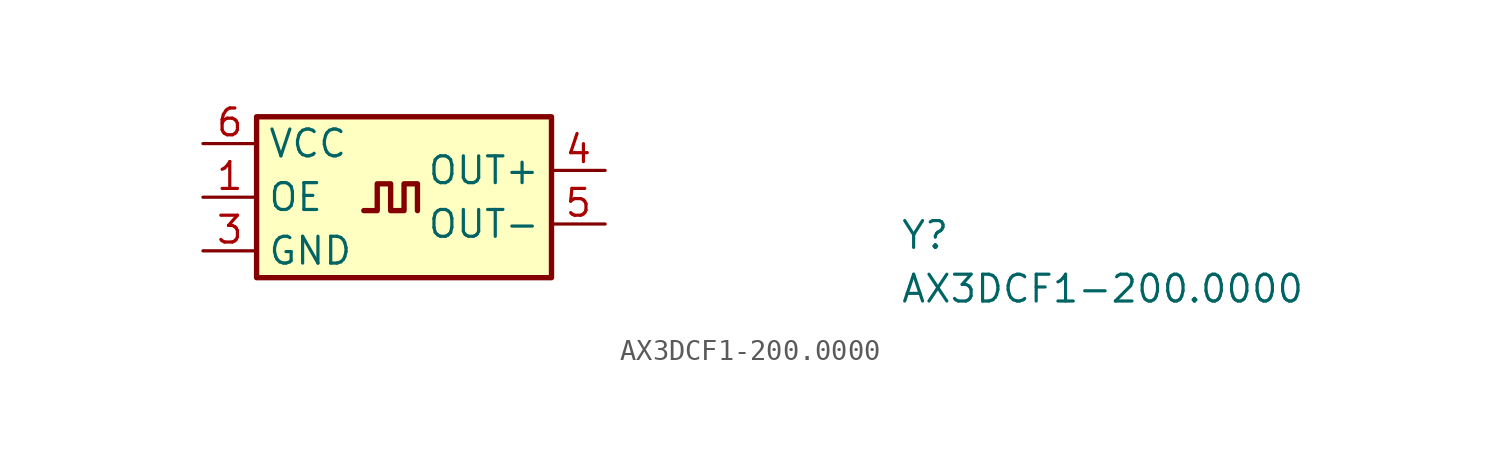
<source format=kicad_sym>
(kicad_symbol_lib
  (version 20211014)
  (generator kicad_symbol_editor)
  (symbol "AX3DCF1-200.0000"
    (property "Reference" "Y"
      (at 33.02 -5.08 0)
      (effects (font (size 1.27 1.27) (thickness 0.15)) (justify left bottom)))
    (property "Value" "AX3DCF1-200.0000"
      (at 33.02 -7.62 0)
      (effects (font (size 1.27 1.27) (thickness 0.15)) (justify left bottom)))
    (symbol "AX3DCF1-200.0000_1_1"
      (polyline (pts (xy 7.62 -3.175) (xy 8.255 -3.175) (xy 8.255 -1.905) (xy 8.89 -1.905) (xy 8.89 -3.175) (xy 9.525 -3.175) (xy 9.525 -1.905) (xy 10.16 -1.905) (xy 10.16 -3.175)) (stroke (width 0.254) (type default) (color 0 0 0 0)) (fill (type background)))
      (rectangle (start 2.54 1.27) (end 16.51 -6.35) (stroke (width 0.254) (type default) (color 0 0 0 0)) (fill (type background)))
      (pin input line (at 0 -2.54 0) (length 2.54) (name "OE" (effects (font (size 1.27 1.27)))) (number "1" (effects (font (size 1.27 1.27)))))
      (pin power_in line (at 0 -5.08 0) (length 2.54) (name "GND" (effects (font (size 1.27 1.27)))) (number "3" (effects (font (size 1.27 1.27)))))
      (pin output line (at 19.05 -1.27 180) (length 2.54) (name "OUT+" (effects (font (size 1.27 1.27)))) (number "4" (effects (font (size 1.27 1.27)))))
      (pin output line (at 19.05 -3.81 180) (length 2.54) (name "OUT-" (effects (font (size 1.27 1.27)))) (number "5" (effects (font (size 1.27 1.27)))))
      (pin power_in line (at 0 0 0) (length 2.54) (name "VCC" (effects (font (size 1.27 1.27)))) (number "6" (effects (font (size 1.27 1.27))))))))
</source>
